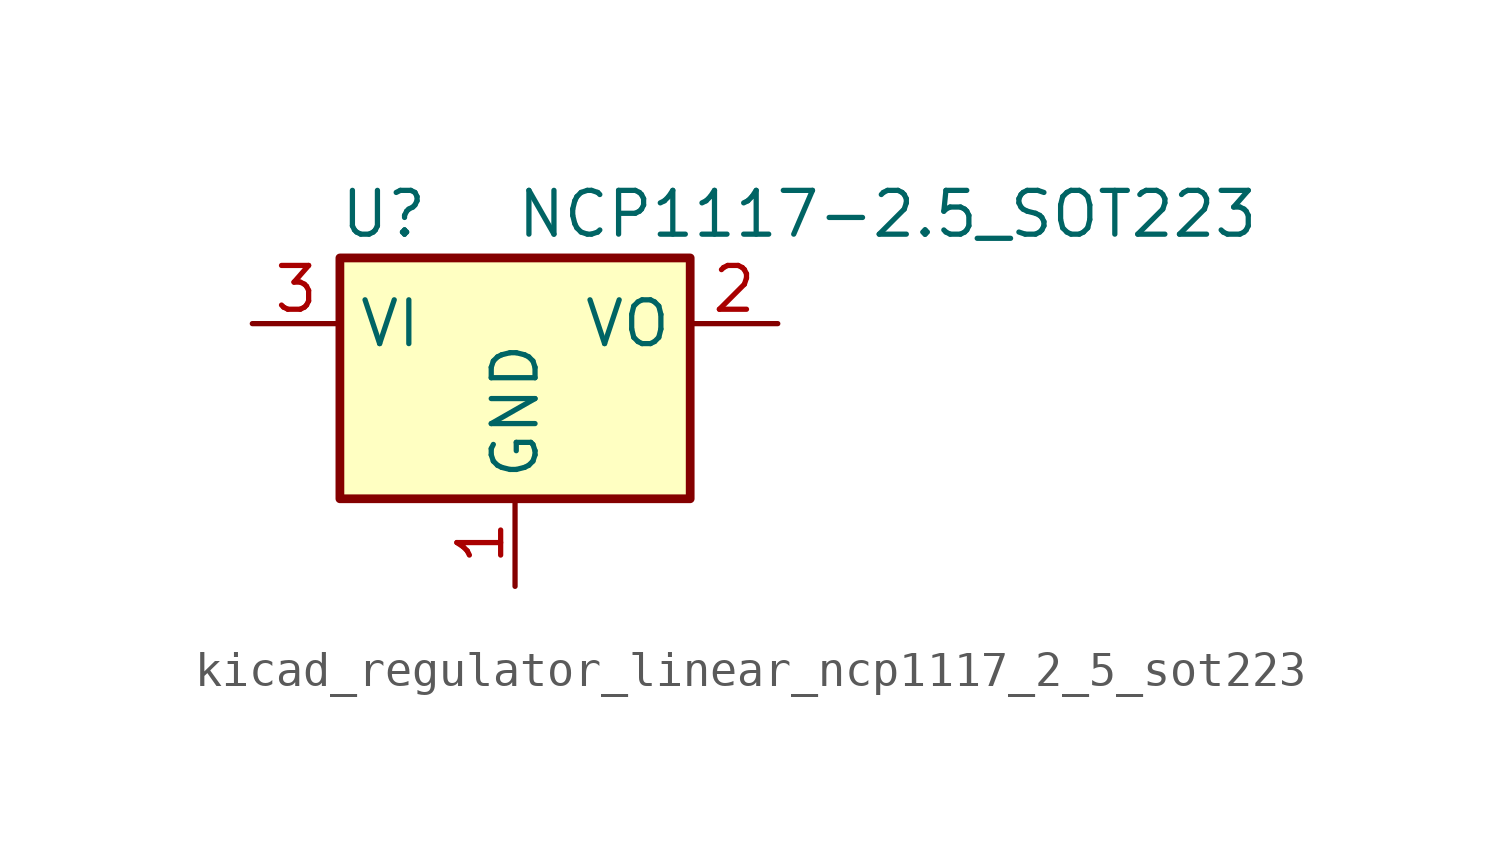
<source format=kicad_sym>
(kicad_symbol_lib
  (version 20220914)
  (generator kicad_symbol_editor)
  (symbol "kicad_regulator_linear_ncp1117_2_5_sot223"
    (property "Reference" "U"
      (at -3.81 3.175 0)
      (effects (font (size 1.27 1.27))))
    (property "Value" "NCP1117-2.5_SOT223"
      (at 0 3.175 0)
      (effects (font (size 1.27 1.27)) (justify left)))
    (symbol "kicad_regulator_linear_ncp1117_2_5_sot223_0_1"
      (rectangle (start -5.08 -5.08) (end 5.08 1.905) (stroke (width 0.254) (type default)) (fill (type background))))
    (symbol "kicad_regulator_linear_ncp1117_2_5_sot223_1_1"
      (pin power_in line (at 0 -7.62 90) (length 2.54) (name "GND" (effects (font (size 1.27 1.27)))) (number "1" (effects (font (size 1.27 1.27)))))
      (pin power_out line (at 7.62 0 180) (length 2.54) (name "VO" (effects (font (size 1.27 1.27)))) (number "2" (effects (font (size 1.27 1.27)))))
      (pin power_in line (at -7.62 0 0) (length 2.54) (name "VI" (effects (font (size 1.27 1.27)))) (number "3" (effects (font (size 1.27 1.27))))))))
</source>
